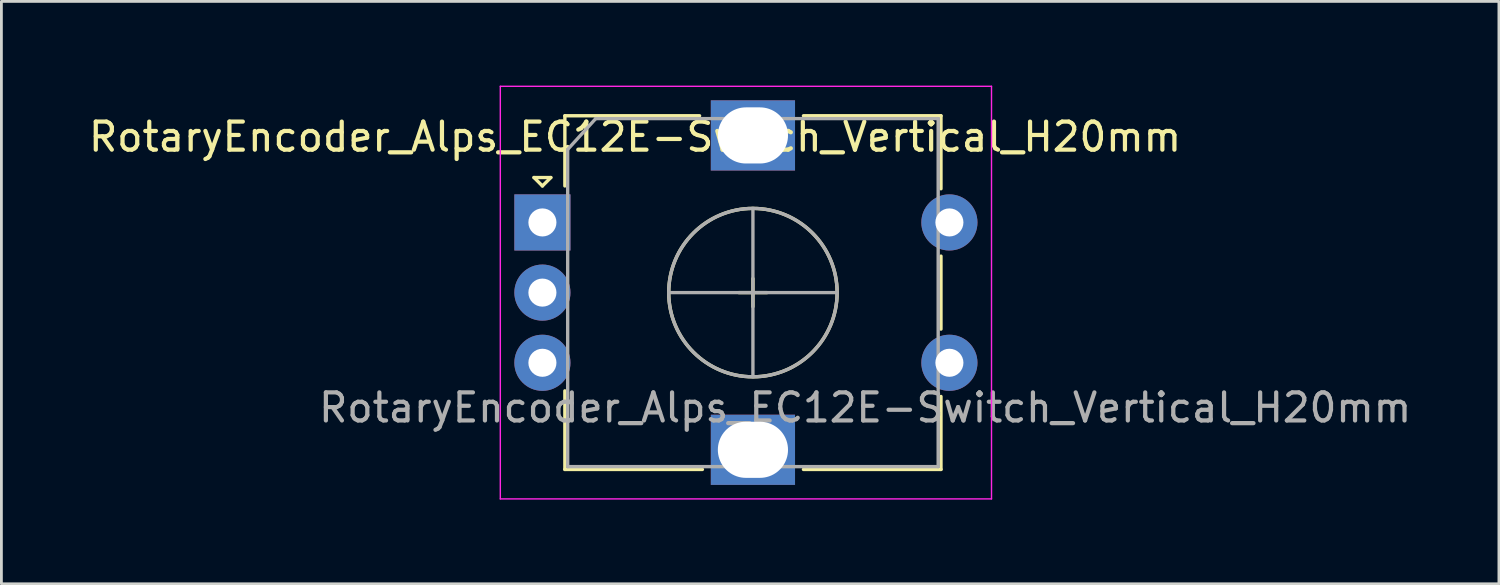
<source format=kicad_pcb>
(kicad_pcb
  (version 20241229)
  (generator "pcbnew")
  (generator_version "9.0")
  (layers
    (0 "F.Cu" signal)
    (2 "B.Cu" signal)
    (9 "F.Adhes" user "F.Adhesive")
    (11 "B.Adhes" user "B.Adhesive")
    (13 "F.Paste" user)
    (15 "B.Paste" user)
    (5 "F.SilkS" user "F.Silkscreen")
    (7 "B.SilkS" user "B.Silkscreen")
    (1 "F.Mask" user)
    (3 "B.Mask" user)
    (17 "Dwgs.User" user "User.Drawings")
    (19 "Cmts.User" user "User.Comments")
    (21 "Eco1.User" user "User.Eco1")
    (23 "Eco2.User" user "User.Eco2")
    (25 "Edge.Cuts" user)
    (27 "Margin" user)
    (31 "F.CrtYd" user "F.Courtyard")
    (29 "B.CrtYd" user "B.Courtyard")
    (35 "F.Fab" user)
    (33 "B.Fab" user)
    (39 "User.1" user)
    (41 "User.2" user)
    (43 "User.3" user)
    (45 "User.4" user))
  (footprint "RotaryEncoder_Alps_EC12E-Switch_Vertical_H20mm"
    (layer "F.Cu")
    (at 23.775 7.375)
    (property "Reference" "RotaryEncoder_Alps_EC12E-Switch_Vertical_H20mm" (at -4.198 -5.548 0) (layer "F.SilkS") (effects (font (size 1 1) (thickness 0.15))))
    (attr through_hole)
    (fp_line (start -7.8 -4.1) (end -7.5 -3.8) (stroke (width 0.12) (type solid)) (layer "F.SilkS"))
    (fp_line (start -7.5 -3.8) (end -7.2 -4.1) (stroke (width 0.12) (type solid)) (layer "F.SilkS"))
    (fp_line (start -7.2 -4.1) (end -7.8 -4.1) (stroke (width 0.12) (type solid)) (layer "F.SilkS"))
    (fp_line (start -6.7 -6.3) (end -1.9 -6.3) (stroke (width 0.12) (type solid)) (layer "F.SilkS"))
    (fp_line (start -6.7 -3.8) (end -6.7 -6.3) (stroke (width 0.12) (type solid)) (layer "F.SilkS"))
    (fp_line (start -6.7 3.5) (end -6.7 6.3) (stroke (width 0.12) (type solid)) (layer "F.SilkS"))
    (fp_line (start -6.7 6.3) (end -1.8 6.3) (stroke (width 0.12) (type solid)) (layer "F.SilkS"))
    (fp_line (start 0 0.5) (end 0 -0.5) (stroke (width 0.12) (type solid)) (layer "F.SilkS"))
    (fp_line (start 0.5 0) (end -0.5 0) (stroke (width 0.12) (type solid)) (layer "F.SilkS"))
    (fp_line (start 1.8 6.3) (end 6.7 6.3) (stroke (width 0.12) (type solid)) (layer "F.SilkS"))
    (fp_line (start 6.7 -6.3) (end 1.8 -6.3) (stroke (width 0.12) (type solid)) (layer "F.SilkS"))
    (fp_line (start 6.7 -3.7) (end 6.7 -6.3) (stroke (width 0.12) (type solid)) (layer "F.SilkS"))
    (fp_line (start 6.7 1.3) (end 6.7 -1.3) (stroke (width 0.12) (type solid)) (layer "F.SilkS"))
    (fp_line (start 6.7 6.3) (end 6.7 3.7) (stroke (width 0.12) (type solid)) (layer "F.SilkS"))
    (fp_circle (center 0 0) (end 3 0) (stroke (width 0.12) (type solid)) (fill no) (layer "F.SilkS"))
    (fp_line (start -9 7.35) (end -9 -7.35) (stroke (width 0.05) (type solid)) (layer "F.CrtYd"))
    (fp_line (start -9 7.35) (end 8.5 7.35) (stroke (width 0.05) (type solid)) (layer "F.CrtYd"))
    (fp_line (start 8.5 -7.35) (end -9 -7.35) (stroke (width 0.05) (type solid)) (layer "F.CrtYd"))
    (fp_line (start 8.5 -7.35) (end 8.5 7.35) (stroke (width 0.05) (type solid)) (layer "F.CrtYd"))
    (fp_line (start -6.6 -5.1) (end -6.6 6.2) (stroke (width 0.12) (type solid)) (layer "F.Fab"))
    (fp_line (start -6.6 6.2) (end 6.6 6.2) (stroke (width 0.12) (type solid)) (layer "F.Fab"))
    (fp_line (start -5.6 -6.2) (end -6.6 -5.1) (stroke (width 0.12) (type solid)) (layer "F.Fab"))
    (fp_line (start 0 3) (end 0 -3) (stroke (width 0.12) (type solid)) (layer "F.Fab"))
    (fp_line (start 3 0) (end -3 0) (stroke (width 0.12) (type solid)) (layer "F.Fab"))
    (fp_line (start 6.6 -6.2) (end -5.6 -6.2) (stroke (width 0.12) (type solid)) (layer "F.Fab"))
    (fp_line (start 6.6 6.2) (end 6.6 -6.2) (stroke (width 0.12) (type solid)) (layer "F.Fab"))
    (fp_circle (center 0 0) (end 3 0) (stroke (width 0.12) (type solid)) (fill no) (layer "F.Fab"))
    (fp_text user "${REFERENCE}" (at 4 4.1 0) (layer "F.Fab") (effects (font (size 1 1) (thickness 0.15))))
    (pad "A" thru_hole rect (at -7.5 -2.5) (size 2 2) (drill 1) (layers "*.Cu" "*.Mask"))
    (pad "B" thru_hole circle (at -7.5 2.5) (size 2 2) (drill 1) (layers "*.Cu" "*.Mask"))
    (pad "C" thru_hole circle (at -7.5 0) (size 2 2) (drill 1) (layers "*.Cu" "*.Mask"))
    (pad "MP" thru_hole rect (at 0 -5.6) (size 3 2.5) (drill oval 2.5 2) (layers "*.Cu" "*.Mask"))
    (pad "MP" thru_hole rect (at 0 5.6) (size 3 2.5) (drill oval 2.5 2) (layers "*.Cu" "*.Mask"))
    (pad "S1" thru_hole circle (at 7 -2.5) (size 2 2) (drill 1) (layers "*.Cu" "*.Mask"))
    (pad "S2" thru_hole circle (at 7 2.5) (size 2 2) (drill 1) (layers "*.Cu" "*.Mask")))
  (gr_rect
    (start -3 -3)
    (end 50.353 17.75)
    (stroke (width 0.1) (type default))
    (fill no)
    (layer "Edge.Cuts")))
</source>
